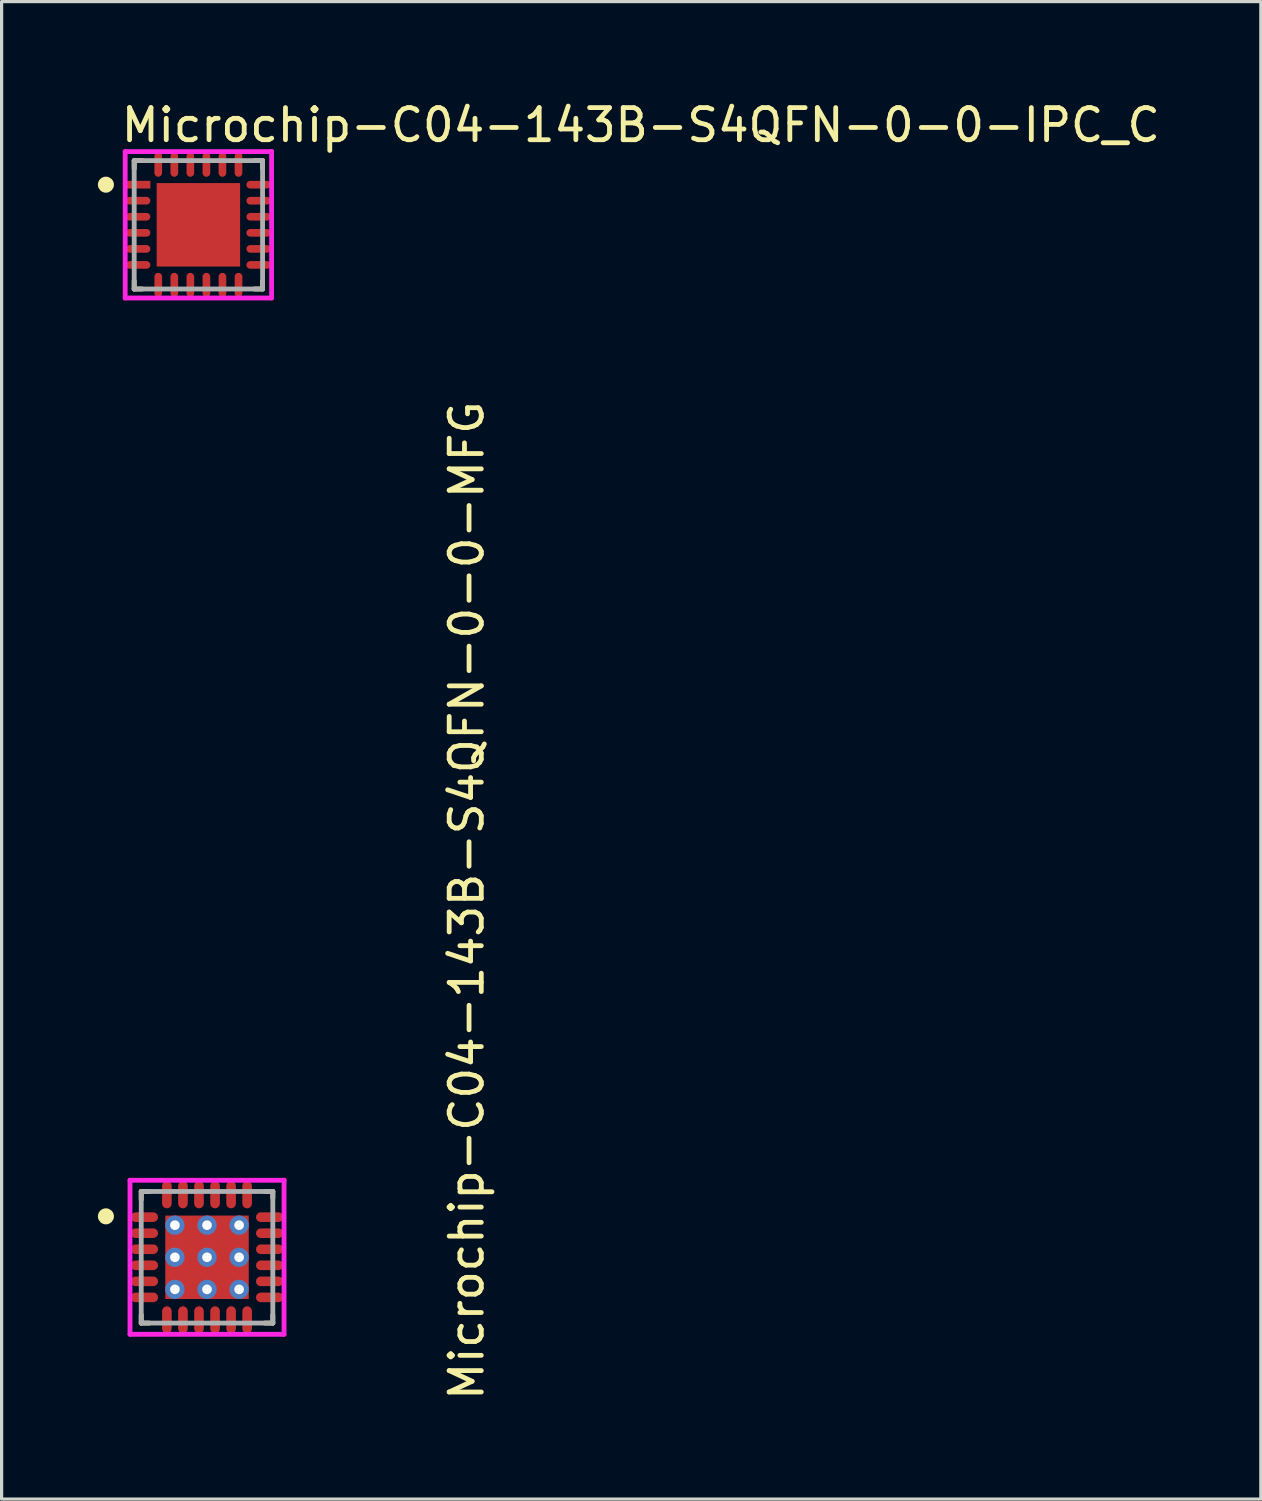
<source format=kicad_pcb>
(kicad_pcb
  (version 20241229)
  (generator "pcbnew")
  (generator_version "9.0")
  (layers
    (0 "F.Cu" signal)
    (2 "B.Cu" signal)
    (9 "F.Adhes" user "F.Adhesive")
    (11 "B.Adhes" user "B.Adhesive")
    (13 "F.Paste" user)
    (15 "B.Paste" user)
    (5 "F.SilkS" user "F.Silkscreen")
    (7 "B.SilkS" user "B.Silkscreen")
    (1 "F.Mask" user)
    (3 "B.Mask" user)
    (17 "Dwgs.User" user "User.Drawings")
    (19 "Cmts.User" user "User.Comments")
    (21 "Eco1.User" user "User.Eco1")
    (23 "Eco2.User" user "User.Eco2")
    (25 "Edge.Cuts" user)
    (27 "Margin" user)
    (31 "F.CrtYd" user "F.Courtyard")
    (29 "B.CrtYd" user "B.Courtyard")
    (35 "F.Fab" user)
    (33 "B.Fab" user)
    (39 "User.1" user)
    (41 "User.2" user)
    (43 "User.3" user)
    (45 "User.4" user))
  (footprint "Microchip-C04-143B-S4QFN-0-0-IPC_C"
    (layer "F.Cu")
    (at 3.131 3.954)
    (property "Reference" "Microchip-C04-143B-S4QFN-0-0-IPC_C" (at -2.481 -3.106 0) (layer "F.SilkS") (effects (font (size 1 1) (thickness 0.15)) (justify left)))
    (attr through_hole)
    (fp_line (start -2 -2) (end -2 -1.75) (stroke (width 0.15) (type solid)) (layer "F.SilkS"))
    (fp_line (start -2 2) (end -2 1.75) (stroke (width 0.15) (type solid)) (layer "F.SilkS"))
    (fp_line (start -1.75 -2) (end -2 -2) (stroke (width 0.15) (type solid)) (layer "F.SilkS"))
    (fp_line (start -1.75 2) (end -2 2) (stroke (width 0.15) (type solid)) (layer "F.SilkS"))
    (fp_line (start 1.75 -2) (end 2 -2) (stroke (width 0.15) (type solid)) (layer "F.SilkS"))
    (fp_line (start 1.75 2) (end 2 2) (stroke (width 0.15) (type solid)) (layer "F.SilkS"))
    (fp_line (start 2 -2) (end 2 -1.75) (stroke (width 0.15) (type solid)) (layer "F.SilkS"))
    (fp_line (start 2 2) (end 2 1.75) (stroke (width 0.15) (type solid)) (layer "F.SilkS"))
    (fp_circle (center -2.881 -1.25) (end -2.756 -1.25) (stroke (width 0.25) (type solid)) (fill no) (layer "F.SilkS"))
    (fp_poly (pts (xy -0.822 -0.822) (xy 0.822 -0.822) (xy 0.822 0.822) (xy -0.822 0.822)) (stroke (width 0) (type solid)) (fill yes) (layer "F.Paste"))
    (fp_line (start -2.281 -2.281) (end -2.281 2.281) (stroke (width 0.15) (type solid)) (layer "F.CrtYd"))
    (fp_line (start -2.281 2.281) (end 2.281 2.281) (stroke (width 0.15) (type solid)) (layer "F.CrtYd"))
    (fp_line (start 2.281 -2.281) (end -2.281 -2.281) (stroke (width 0.15) (type solid)) (layer "F.CrtYd"))
    (fp_line (start 2.281 -2.281) (end 2.281 -2.281) (stroke (width 0.15) (type solid)) (layer "F.CrtYd"))
    (fp_line (start 2.281 2.281) (end 2.281 -2.281) (stroke (width 0.15) (type solid)) (layer "F.CrtYd"))
    (fp_line (start -2 -2) (end 2 -2) (stroke (width 0.15) (type solid)) (layer "F.Fab"))
    (fp_line (start -2 2) (end -2 -2) (stroke (width 0.15) (type solid)) (layer "F.Fab"))
    (fp_line (start 2 -2) (end 2 2) (stroke (width 0.15) (type solid)) (layer "F.Fab"))
    (fp_line (start 2 2) (end -2 2) (stroke (width 0.15) (type solid)) (layer "F.Fab"))
    (pad "1" smd rect (at -1.876 -1.25) (size 0.761 0.239) (layers "F.Cu" "F.Mask" "F.Paste"))
    (pad "2" smd roundrect (at -1.876 -0.75) (size 0.761 0.239) (layers "F.Cu" "F.Mask" "F.Paste") (roundrect_rratio 0.5))
    (pad "3" smd roundrect (at -1.876 -0.25) (size 0.761 0.239) (layers "F.Cu" "F.Mask" "F.Paste") (roundrect_rratio 0.5))
    (pad "4" smd roundrect (at -1.876 0.25) (size 0.761 0.239) (layers "F.Cu" "F.Mask" "F.Paste") (roundrect_rratio 0.5))
    (pad "5" smd roundrect (at -1.876 0.75) (size 0.761 0.239) (layers "F.Cu" "F.Mask" "F.Paste") (roundrect_rratio 0.5))
    (pad "6" smd roundrect (at -1.876 1.25) (size 0.761 0.239) (layers "F.Cu" "F.Mask" "F.Paste") (roundrect_rratio 0.5))
    (pad "7" smd roundrect (at -1.25 1.876) (size 0.239 0.761) (layers "F.Cu" "F.Mask" "F.Paste") (roundrect_rratio 0.5))
    (pad "8" smd roundrect (at -0.75 1.876) (size 0.239 0.761) (layers "F.Cu" "F.Mask" "F.Paste") (roundrect_rratio 0.5))
    (pad "9" smd roundrect (at -0.25 1.876) (size 0.239 0.761) (layers "F.Cu" "F.Mask" "F.Paste") (roundrect_rratio 0.5))
    (pad "10" smd roundrect (at 0.25 1.876) (size 0.239 0.761) (layers "F.Cu" "F.Mask" "F.Paste") (roundrect_rratio 0.5))
    (pad "11" smd roundrect (at 0.75 1.876) (size 0.239 0.761) (layers "F.Cu" "F.Mask" "F.Paste") (roundrect_rratio 0.5))
    (pad "12" smd roundrect (at 1.25 1.876) (size 0.239 0.761) (layers "F.Cu" "F.Mask" "F.Paste") (roundrect_rratio 0.5))
    (pad "13" smd roundrect (at 1.876 1.25) (size 0.761 0.239) (layers "F.Cu" "F.Mask" "F.Paste") (roundrect_rratio 0.5))
    (pad "14" smd roundrect (at 1.876 0.75) (size 0.761 0.239) (layers "F.Cu" "F.Mask" "F.Paste") (roundrect_rratio 0.5))
    (pad "15" smd roundrect (at 1.876 0.25) (size 0.761 0.239) (layers "F.Cu" "F.Mask" "F.Paste") (roundrect_rratio 0.5))
    (pad "16" smd roundrect (at 1.876 -0.25) (size 0.761 0.239) (layers "F.Cu" "F.Mask" "F.Paste") (roundrect_rratio 0.5))
    (pad "17" smd roundrect (at 1.876 -0.75) (size 0.761 0.239) (layers "F.Cu" "F.Mask" "F.Paste") (roundrect_rratio 0.5))
    (pad "18" smd roundrect (at 1.876 -1.25) (size 0.761 0.239) (layers "F.Cu" "F.Mask" "F.Paste") (roundrect_rratio 0.5))
    (pad "19" smd roundrect (at 1.25 -1.876) (size 0.239 0.761) (layers "F.Cu" "F.Mask" "F.Paste") (roundrect_rratio 0.5))
    (pad "20" smd roundrect (at 0.75 -1.876) (size 0.239 0.761) (layers "F.Cu" "F.Mask" "F.Paste") (roundrect_rratio 0.5))
    (pad "21" smd roundrect (at 0.25 -1.876) (size 0.239 0.761) (layers "F.Cu" "F.Mask" "F.Paste") (roundrect_rratio 0.5))
    (pad "22" smd roundrect (at -0.25 -1.876) (size 0.239 0.761) (layers "F.Cu" "F.Mask" "F.Paste") (roundrect_rratio 0.5))
    (pad "23" smd roundrect (at -0.75 -1.876) (size 0.239 0.761) (layers "F.Cu" "F.Mask" "F.Paste") (roundrect_rratio 0.5))
    (pad "24" smd roundrect (at -1.25 -1.876) (size 0.239 0.761) (layers "F.Cu" "F.Mask" "F.Paste") (roundrect_rratio 0.5))
    (pad "25" smd rect (at 0 0) (size 2.6 2.6) (layers "F.Cu" "F.Mask")))
  (footprint "Microchip-C04-143B-S4QFN-0-0-MFG"
    (layer "F.Cu")
    (at 3.4 36.122)
    (property "Reference" "Microchip-C04-143B-S4QFN-0-0-MFG" (at 8.09 4.534 90) (layer "F.SilkS") (effects (font (size 1 1) (thickness 0.15)) (justify left)))
    (attr through_hole)
    (fp_line (start -2.05 -2.05) (end -2.05 -1.8) (stroke (width 0.15) (type solid)) (layer "F.SilkS"))
    (fp_line (start -2.05 -2.05) (end -1.8 -2.05) (stroke (width 0.15) (type solid)) (layer "F.SilkS"))
    (fp_line (start -2.05 2.05) (end -2.05 1.8) (stroke (width 0.15) (type solid)) (layer "F.SilkS"))
    (fp_line (start -2.05 2.05) (end -1.8 2.05) (stroke (width 0.15) (type solid)) (layer "F.SilkS"))
    (fp_line (start 2.05 -2.05) (end 1.8 -2.05) (stroke (width 0.15) (type solid)) (layer "F.SilkS"))
    (fp_line (start 2.05 -2.05) (end 2.05 -1.85) (stroke (width 0.15) (type solid)) (layer "F.SilkS"))
    (fp_line (start 2.05 2.05) (end 1.8 2.05) (stroke (width 0.15) (type solid)) (layer "F.SilkS"))
    (fp_line (start 2.05 2.05) (end 2.05 1.8) (stroke (width 0.15) (type solid)) (layer "F.SilkS"))
    (fp_circle (center -3.15 -1.275) (end -3.025 -1.275) (stroke (width 0.25) (type solid)) (fill no) (layer "F.SilkS"))
    (fp_line (start -2.4 -2.4) (end -2.4 2.4) (stroke (width 0.15) (type solid)) (layer "F.CrtYd"))
    (fp_line (start -2.4 2.4) (end 2.4 2.4) (stroke (width 0.15) (type solid)) (layer "F.CrtYd"))
    (fp_line (start 2.4 -2.4) (end -2.4 -2.4) (stroke (width 0.15) (type solid)) (layer "F.CrtYd"))
    (fp_line (start 2.4 -2.4) (end 2.4 -2.4) (stroke (width 0.15) (type solid)) (layer "F.CrtYd"))
    (fp_line (start 2.4 2.4) (end 2.4 -2.4) (stroke (width 0.15) (type solid)) (layer "F.CrtYd"))
    (fp_line (start -2.05 -2.05) (end 2.05 -2.05) (stroke (width 0.15) (type solid)) (layer "F.Fab"))
    (fp_line (start -2.05 2.05) (end -2.05 -2.05) (stroke (width 0.15) (type solid)) (layer "F.Fab"))
    (fp_line (start 2.05 -2.05) (end 2.05 2.05) (stroke (width 0.15) (type solid)) (layer "F.Fab"))
    (fp_line (start 2.05 2.05) (end -2.05 2.05) (stroke (width 0.15) (type solid)) (layer "F.Fab"))
    (pad "1" smd roundrect (at -1.95 -1.25) (size 0.85 0.3) (layers "F.Cu" "F.Mask" "F.Paste") (roundrect_rratio 0.5))
    (pad "2" smd roundrect (at -1.95 -0.75) (size 0.85 0.3) (layers "F.Cu" "F.Mask" "F.Paste") (roundrect_rratio 0.5))
    (pad "3" smd roundrect (at -1.95 -0.25) (size 0.85 0.3) (layers "F.Cu" "F.Mask" "F.Paste") (roundrect_rratio 0.5))
    (pad "4" smd roundrect (at -1.95 0.25) (size 0.85 0.3) (layers "F.Cu" "F.Mask" "F.Paste") (roundrect_rratio 0.5))
    (pad "5" smd roundrect (at -1.95 0.75) (size 0.85 0.3) (layers "F.Cu" "F.Mask" "F.Paste") (roundrect_rratio 0.5))
    (pad "6" smd roundrect (at -1.95 1.25) (size 0.85 0.3) (layers "F.Cu" "F.Mask" "F.Paste") (roundrect_rratio 0.5))
    (pad "7" smd roundrect (at -1.25 1.95) (size 0.3 0.85) (layers "F.Cu" "F.Mask" "F.Paste") (roundrect_rratio 0.5))
    (pad "8" smd roundrect (at -0.75 1.95) (size 0.3 0.85) (layers "F.Cu" "F.Mask" "F.Paste") (roundrect_rratio 0.5))
    (pad "9" smd roundrect (at -0.25 1.95) (size 0.3 0.85) (layers "F.Cu" "F.Mask" "F.Paste") (roundrect_rratio 0.5))
    (pad "10" smd roundrect (at 0.25 1.95) (size 0.3 0.85) (layers "F.Cu" "F.Mask" "F.Paste") (roundrect_rratio 0.5))
    (pad "11" smd roundrect (at 0.75 1.95) (size 0.3 0.85) (layers "F.Cu" "F.Mask" "F.Paste") (roundrect_rratio 0.5))
    (pad "12" smd roundrect (at 1.25 1.95) (size 0.3 0.85) (layers "F.Cu" "F.Mask" "F.Paste") (roundrect_rratio 0.5))
    (pad "13" smd roundrect (at 1.95 1.25) (size 0.85 0.3) (layers "F.Cu" "F.Mask" "F.Paste") (roundrect_rratio 0.5))
    (pad "14" smd roundrect (at 1.95 0.75) (size 0.85 0.3) (layers "F.Cu" "F.Mask" "F.Paste") (roundrect_rratio 0.5))
    (pad "15" smd roundrect (at 1.95 0.25) (size 0.85 0.3) (layers "F.Cu" "F.Mask" "F.Paste") (roundrect_rratio 0.5))
    (pad "16" smd roundrect (at 1.95 -0.25) (size 0.85 0.3) (layers "F.Cu" "F.Mask" "F.Paste") (roundrect_rratio 0.5))
    (pad "17" smd roundrect (at 1.95 -0.75) (size 0.85 0.3) (layers "F.Cu" "F.Mask" "F.Paste") (roundrect_rratio 0.5))
    (pad "18" smd roundrect (at 1.95 -1.25) (size 0.85 0.3) (layers "F.Cu" "F.Mask" "F.Paste") (roundrect_rratio 0.5))
    (pad "19" smd roundrect (at 1.25 -1.95) (size 0.3 0.85) (layers "F.Cu" "F.Mask" "F.Paste") (roundrect_rratio 0.5))
    (pad "20" smd roundrect (at 0.75 -1.95) (size 0.3 0.85) (layers "F.Cu" "F.Mask" "F.Paste") (roundrect_rratio 0.5))
    (pad "21" smd roundrect (at 0.25 -1.95) (size 0.3 0.85) (layers "F.Cu" "F.Mask" "F.Paste") (roundrect_rratio 0.5))
    (pad "22" smd roundrect (at -0.25 -1.95) (size 0.3 0.85) (layers "F.Cu" "F.Mask" "F.Paste") (roundrect_rratio 0.5))
    (pad "23" smd roundrect (at -0.75 -1.95) (size 0.3 0.85) (layers "F.Cu" "F.Mask" "F.Paste") (roundrect_rratio 0.5))
    (pad "24" smd roundrect (at -1.25 -1.95) (size 0.3 0.85) (layers "F.Cu" "F.Mask" "F.Paste") (roundrect_rratio 0.5))
    (pad "25" thru_hole circle (at -1 -1) (size 0.6 0.6) (drill 0.3) (layers "*.Cu"))
    (pad "25" thru_hole circle (at -1 0) (size 0.6 0.6) (drill 0.3) (layers "*.Cu"))
    (pad "25" thru_hole circle (at -1 1) (size 0.6 0.6) (drill 0.3) (layers "*.Cu"))
    (pad "25" thru_hole circle (at 0 -1) (size 0.6 0.6) (drill 0.3) (layers "*.Cu"))
    (pad "25" thru_hole circle (at 0 0) (size 0.6 0.6) (drill 0.3) (layers "*.Cu"))
    (pad "25" smd rect (at 0 0) (size 2.6 2.6) (layers "F.Cu" "F.Mask" "F.Paste"))
    (pad "25" thru_hole circle (at 0 1) (size 0.6 0.6) (drill 0.3) (layers "*.Cu"))
    (pad "25" thru_hole circle (at 1 -1) (size 0.6 0.6) (drill 0.3) (layers "*.Cu"))
    (pad "25" thru_hole circle (at 1 0) (size 0.6 0.6) (drill 0.3) (layers "*.Cu"))
    (pad "25" thru_hole circle (at 1 1) (size 0.6 0.6) (drill 0.3) (layers "*.Cu")))
  (gr_rect
    (start -3 -3)
    (end 36.233 43.656)
    (stroke (width 0.1) (type default))
    (fill no)
    (layer "Edge.Cuts")))
</source>
